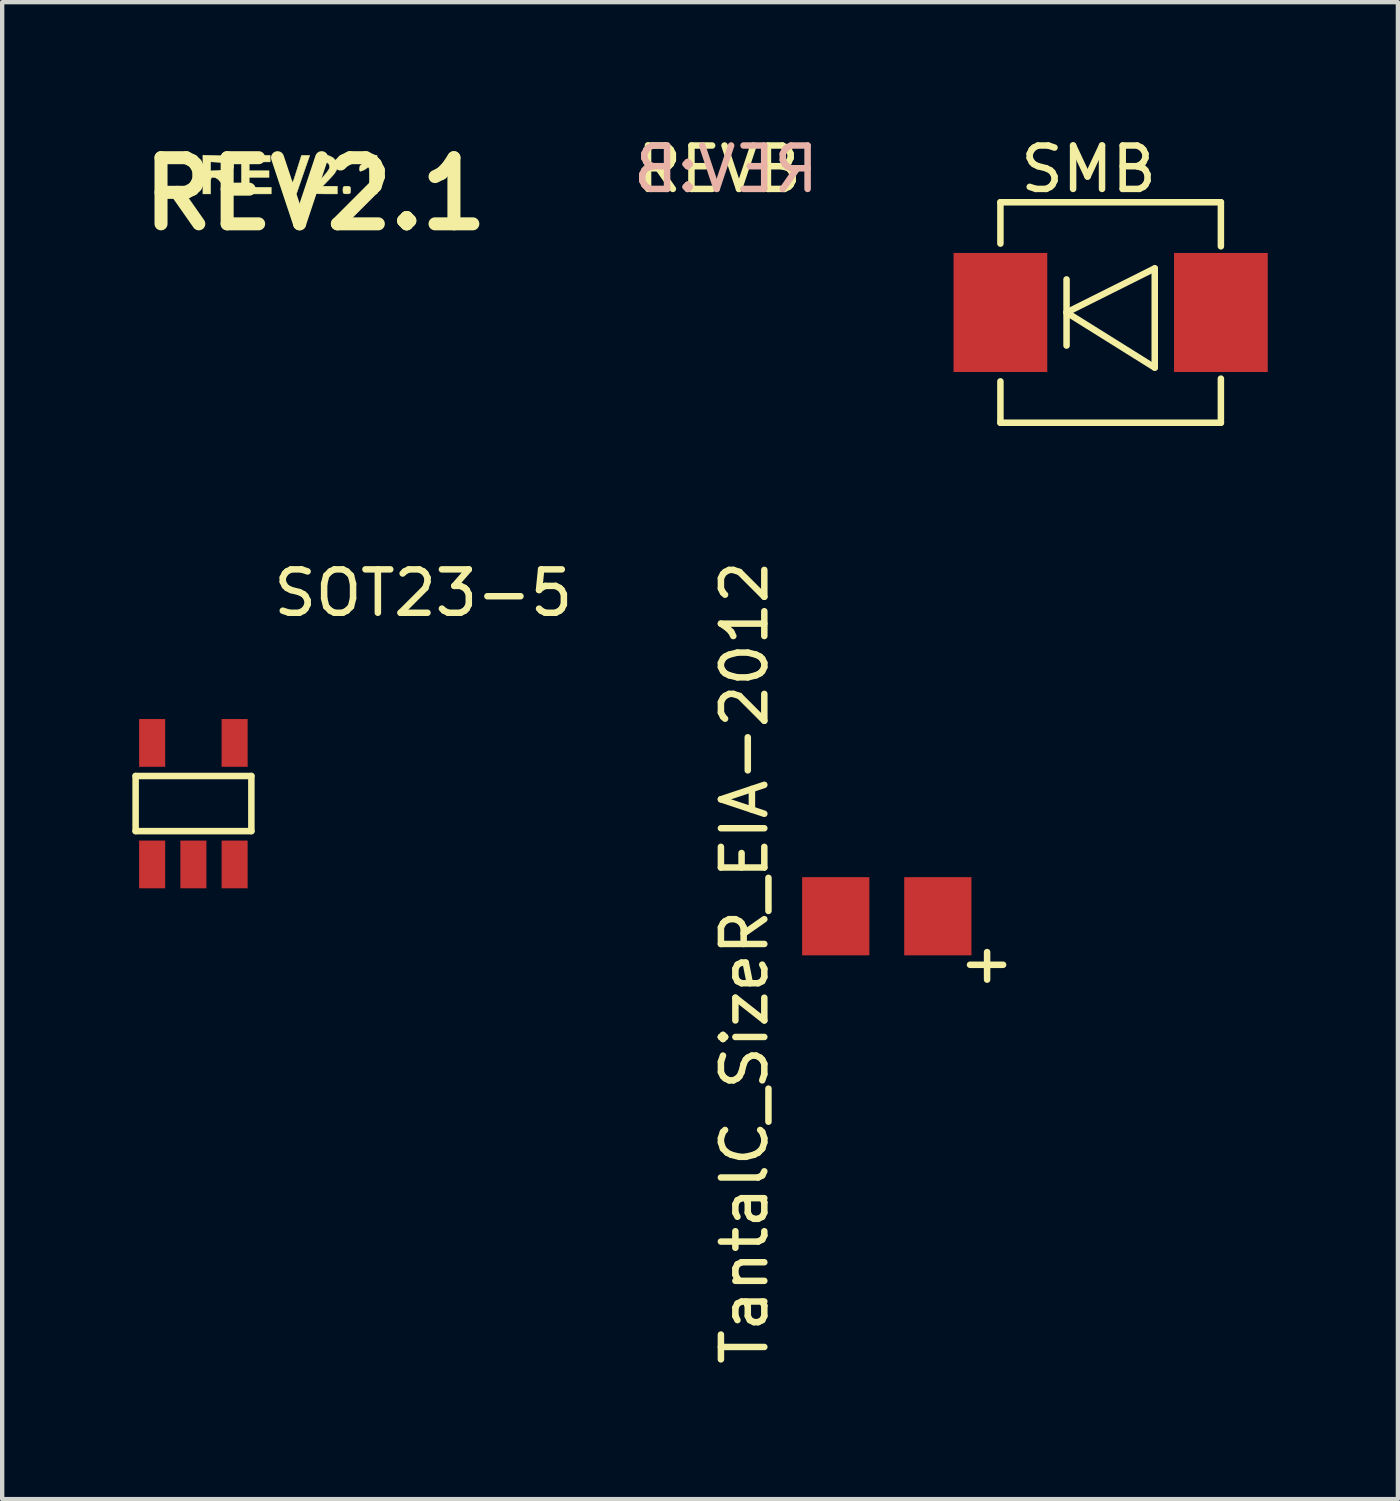
<source format=kicad_pcb>
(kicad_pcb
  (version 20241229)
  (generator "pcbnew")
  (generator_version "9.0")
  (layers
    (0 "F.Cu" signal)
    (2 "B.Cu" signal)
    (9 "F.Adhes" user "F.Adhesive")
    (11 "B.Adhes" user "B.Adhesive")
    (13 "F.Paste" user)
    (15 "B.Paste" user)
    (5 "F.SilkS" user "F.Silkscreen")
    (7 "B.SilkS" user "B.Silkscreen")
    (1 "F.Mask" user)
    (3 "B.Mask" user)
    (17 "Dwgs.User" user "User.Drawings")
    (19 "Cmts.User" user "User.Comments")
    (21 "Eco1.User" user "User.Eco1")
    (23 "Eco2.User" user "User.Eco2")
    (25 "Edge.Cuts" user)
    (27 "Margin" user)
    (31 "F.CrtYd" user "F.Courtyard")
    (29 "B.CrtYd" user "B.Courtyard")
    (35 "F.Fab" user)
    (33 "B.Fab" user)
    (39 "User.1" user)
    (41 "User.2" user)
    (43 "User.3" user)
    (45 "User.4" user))
  (footprint "REVB"
    (layer "F.Cu")
    (at 14.287 0.848)
    (property "Reference" "REVB" (at -0.762 0 0) (layer "F.SilkS") (effects (font (size 1 1) (thickness 0.15))))
    (attr through_hole)
    (fp_text user "REV:B" (at -0.61 0 0) (layer "B.SilkS") (effects (font (size 1 1) (thickness 0.15)) (justify mirror))))
  (footprint "SMB"
    (layer "F.Cu")
    (at 22.541 4.15)
    (property "Reference" "SMB" (at -0.508 -3.302 0) (layer "F.SilkS") (effects (font (size 1 1) (thickness 0.15))))
    (attr through_hole)
    (fp_line (start -2.54 -2.54) (end -2.54 -1.587) (stroke (width 0.15) (type solid)) (layer "F.SilkS"))
    (fp_line (start -2.54 -2.54) (end 2.54 -2.54) (stroke (width 0.15) (type solid)) (layer "F.SilkS"))
    (fp_line (start -2.54 2.54) (end -2.54 1.587) (stroke (width 0.15) (type solid)) (layer "F.SilkS"))
    (fp_line (start -1.016 -0.762) (end -1.016 0.762) (stroke (width 0.15) (type solid)) (layer "F.SilkS"))
    (fp_line (start -1.016 0) (end 1.016 -1.016) (stroke (width 0.15) (type solid)) (layer "F.SilkS"))
    (fp_line (start 1.016 -1.016) (end 1.016 1.27) (stroke (width 0.15) (type solid)) (layer "F.SilkS"))
    (fp_line (start 1.016 1.27) (end -1.016 0) (stroke (width 0.15) (type solid)) (layer "F.SilkS"))
    (fp_line (start 2.54 -2.54) (end 2.54 -1.524) (stroke (width 0.15) (type solid)) (layer "F.SilkS"))
    (fp_line (start 2.54 2.54) (end -2.54 2.54) (stroke (width 0.15) (type solid)) (layer "F.SilkS"))
    (fp_line (start 2.54 2.54) (end 2.54 1.524) (stroke (width 0.15) (type solid)) (layer "F.SilkS"))
    (pad "1" smd rect (at -2.54 0) (size 2.159 2.743) (layers "F.Cu" "F.Mask" "F.Paste"))
    (pad "2" smd rect (at 2.54 0) (size 2.159 2.743) (layers "F.Cu" "F.Mask" "F.Paste")))
  (footprint "REV2.1"
    (layer "F.Cu")
    (at 4.216 1.418)
    (property "Reference" "REV2.1" (at 0 0 0) (layer "F.SilkS") (effects (font (size 1.524 1.524) (thickness 0.3))))
    (attr through_hole)
    (fp_poly (pts (xy -1.041 -0.737) (xy -1.524 -0.737) (xy -1.524 -0.533) (xy -1.067 -0.533) (xy -1.067 -0.381) (xy -1.524 -0.381) (xy -1.524 -0.152) (xy -1.016 -0.152) (xy -1.016 0) (xy -1.702 0) (xy -1.702 -0.889) (xy -1.041 -0.889) (xy -1.041 -0.737)) (stroke (width 0.01) (type solid)) (fill yes) (layer "F.SilkS"))
    (fp_poly (pts (xy 0.783 -0.174) (xy 0.808 -0.152) (xy 0.813 -0.096) (xy 0.813 -0.089) (xy 0.809 -0.029) (xy 0.787 -0.005) (xy 0.731 -0.000012) (xy 0.724 0) (xy 0.664 -0.004) (xy 0.64 -0.026) (xy 0.635 -0.082) (xy 0.635 -0.089) (xy 0.639 -0.148) (xy 0.661 -0.173) (xy 0.717 -0.178) (xy 0.724 -0.178) (xy 0.783 -0.174)) (stroke (width 0.01) (type solid)) (fill yes) (layer "F.SilkS"))
    (fp_poly (pts (xy 1.422 0) (xy 1.245 0) (xy 1.245 -0.321) (xy 1.244 -0.453) (xy 1.242 -0.542) (xy 1.238 -0.593) (xy 1.229 -0.615) (xy 1.216 -0.615) (xy 1.2 -0.603) (xy 1.142 -0.563) (xy 1.086 -0.536) (xy 1.037 -0.521) (xy 1.019 -0.538) (xy 1.016 -0.584) (xy 1.03 -0.648) (xy 1.08 -0.692) (xy 1.089 -0.697) (xy 1.156 -0.743) (xy 1.221 -0.805) (xy 1.227 -0.812) (xy 1.298 -0.872) (xy 1.357 -0.889) (xy 1.422 -0.889) (xy 1.422 0)) (stroke (width 0.01) (type solid)) (fill yes) (layer "F.SilkS"))
    (fp_poly (pts (xy -0.69 -0.616) (xy -0.64 -0.454) (xy -0.602 -0.339) (xy -0.573 -0.269) (xy -0.549 -0.244) (xy -0.526 -0.263) (xy -0.499 -0.324) (xy -0.465 -0.426) (xy -0.429 -0.54) (xy -0.318 -0.889) (xy -0.128 -0.889) (xy -0.28 -0.453) (xy -0.328 -0.314) (xy -0.37 -0.192) (xy -0.403 -0.096) (xy -0.425 -0.032) (xy -0.432 -0.009) (xy -0.455 -0.004) (xy -0.512 -0.000408) (xy -0.546 0) (xy -0.614 -0.002) (xy -0.655 -0.006) (xy -0.66 -0.009) (xy -0.668 -0.035) (xy -0.69 -0.1) (xy -0.724 -0.199) (xy -0.767 -0.322) (xy -0.812 -0.453) (xy -0.964 -0.889) (xy -0.869 -0.889) (xy -0.774 -0.889) (xy -0.69 -0.616)) (stroke (width 0.01) (type solid)) (fill yes) (layer "F.SilkS"))
    (fp_poly (pts (xy 0.32 -0.878) (xy 0.407 -0.835) (xy 0.474 -0.764) (xy 0.507 -0.68) (xy 0.508 -0.66) (xy 0.502 -0.593) (xy 0.479 -0.53) (xy 0.434 -0.461) (xy 0.359 -0.376) (xy 0.309 -0.324) (xy 0.167 -0.178) (xy 0.508 -0.178) (xy 0.508 0) (xy 0.216 0) (xy 0.077 -0.002) (xy -0.019 -0.009) (xy -0.069 -0.02) (xy -0.076 -0.027) (xy -0.057 -0.091) (xy -0.001 -0.182) (xy 0.087 -0.294) (xy 0.168 -0.384) (xy 0.262 -0.492) (xy 0.316 -0.573) (xy 0.33 -0.618) (xy 0.312 -0.687) (xy 0.268 -0.725) (xy 0.212 -0.731) (xy 0.16 -0.699) (xy 0.14 -0.666) (xy 0.107 -0.623) (xy 0.052 -0.614) (xy 0.038 -0.615) (xy -0.015 -0.627) (xy -0.032 -0.657) (xy -0.031 -0.685) (xy 0.002 -0.77) (xy 0.072 -0.836) (xy 0.166 -0.877) (xy 0.273 -0.886) (xy 0.32 -0.878)) (stroke (width 0.01) (type solid)) (fill yes) (layer "F.SilkS"))
    (fp_poly (pts (xy -2.296 -0.885) (xy -2.17 -0.881) (xy -2.084 -0.875) (xy -2.027 -0.866) (xy -1.99 -0.851) (xy -1.962 -0.828) (xy -1.941 -0.805) (xy -1.894 -0.717) (xy -1.885 -0.62) (xy -1.912 -0.527) (xy -1.97 -0.454) (xy -2.035 -0.418) (xy -2.068 -0.405) (xy -2.069 -0.386) (xy -2.038 -0.349) (xy -2.024 -0.334) (xy -1.975 -0.274) (xy -1.918 -0.191) (xy -1.883 -0.133) (xy -1.805 0) (xy -1.905 0) (xy -1.958 -0.003) (xy -1.996 -0.016) (xy -2.032 -0.05) (xy -2.077 -0.113) (xy -2.11 -0.166) (xy -2.182 -0.271) (xy -2.241 -0.336) (xy -2.297 -0.371) (xy -2.358 -0.381) (xy -2.361 -0.381) (xy -2.387 -0.377) (xy -2.403 -0.357) (xy -2.411 -0.312) (xy -2.413 -0.231) (xy -2.413 -0.191) (xy -2.413 0) (xy -2.591 0) (xy -2.591 -0.531) (xy -2.413 -0.531) (xy -2.257 -0.539) (xy -2.158 -0.548) (xy -2.099 -0.566) (xy -2.073 -0.591) (xy -2.055 -0.65) (xy -2.085 -0.693) (xy -2.163 -0.721) (xy -2.257 -0.731) (xy -2.413 -0.739) (xy -2.413 -0.531) (xy -2.591 -0.531) (xy -2.591 -0.893) (xy -2.296 -0.885)) (stroke (width 0.01) (type solid)) (fill yes) (layer "F.SilkS")))
  (footprint "SOT23-5"
    (layer "F.Cu")
    (at 0.456 14.068)
    (property "Reference" "SOT23-5" (at 6.248 -3.454 0) (layer "F.SilkS") (effects (font (size 1 1) (thickness 0.15))))
    (attr through_hole)
    (fp_line (start -0.381 0.762) (end 2.286 0.762) (stroke (width 0.15) (type solid)) (layer "F.SilkS"))
    (fp_line (start -0.381 2.032) (end -0.381 0.762) (stroke (width 0.15) (type solid)) (layer "F.SilkS"))
    (fp_line (start 2.286 0.762) (end 2.286 2.032) (stroke (width 0.15) (type solid)) (layer "F.SilkS"))
    (fp_line (start 2.286 2.032) (end -0.381 2.032) (stroke (width 0.15) (type solid)) (layer "F.SilkS"))
    (pad "1" smd rect (at 0 2.8) (size 0.6 1.1) (layers "F.Cu" "F.Mask" "F.Paste"))
    (pad "2" smd rect (at 0.95 2.8) (size 0.6 1.1) (layers "F.Cu" "F.Mask" "F.Paste"))
    (pad "3" smd rect (at 1.9 2.8) (size 0.6 1.1) (layers "F.Cu" "F.Mask" "F.Paste"))
    (pad "4" smd rect (at 1.9 0) (size 0.6 1.1) (layers "F.Cu" "F.Mask" "F.Paste"))
    (pad "5" smd rect (at 0 0) (size 0.6 1.1) (layers "F.Cu" "F.Mask" "F.Paste")))
  (footprint "TantalC_SizeR_EIA-2012"
    (layer "F.Cu")
    (at 17.383 18.062)
    (property "Reference" "TantalC_SizeR_EIA-2012" (at -3.277 1.067 270) (layer "F.SilkS") (effects (font (size 1 1) (thickness 0.15))))
    (attr through_hole)
    (fp_line (start 1.918 1.118) (end 2.68 1.118) (stroke (width 0.15) (type solid)) (layer "F.SilkS"))
    (fp_line (start 2.311 0.826) (end 2.311 1.46) (stroke (width 0.15) (type solid)) (layer "F.SilkS"))
    (pad "1" smd rect (at 1.176 0) (size 1.549 1.801) (layers "F.Cu" "F.Mask" "F.Paste"))
    (pad "2" smd rect (at -1.176 0) (size 1.549 1.801) (layers "F.Cu" "F.Mask" "F.Paste")))
  (gr_rect
    (start -3 -3)
    (end 29.16 31.491)
    (stroke (width 0.1) (type default))
    (fill no)
    (layer "Edge.Cuts")))
</source>
